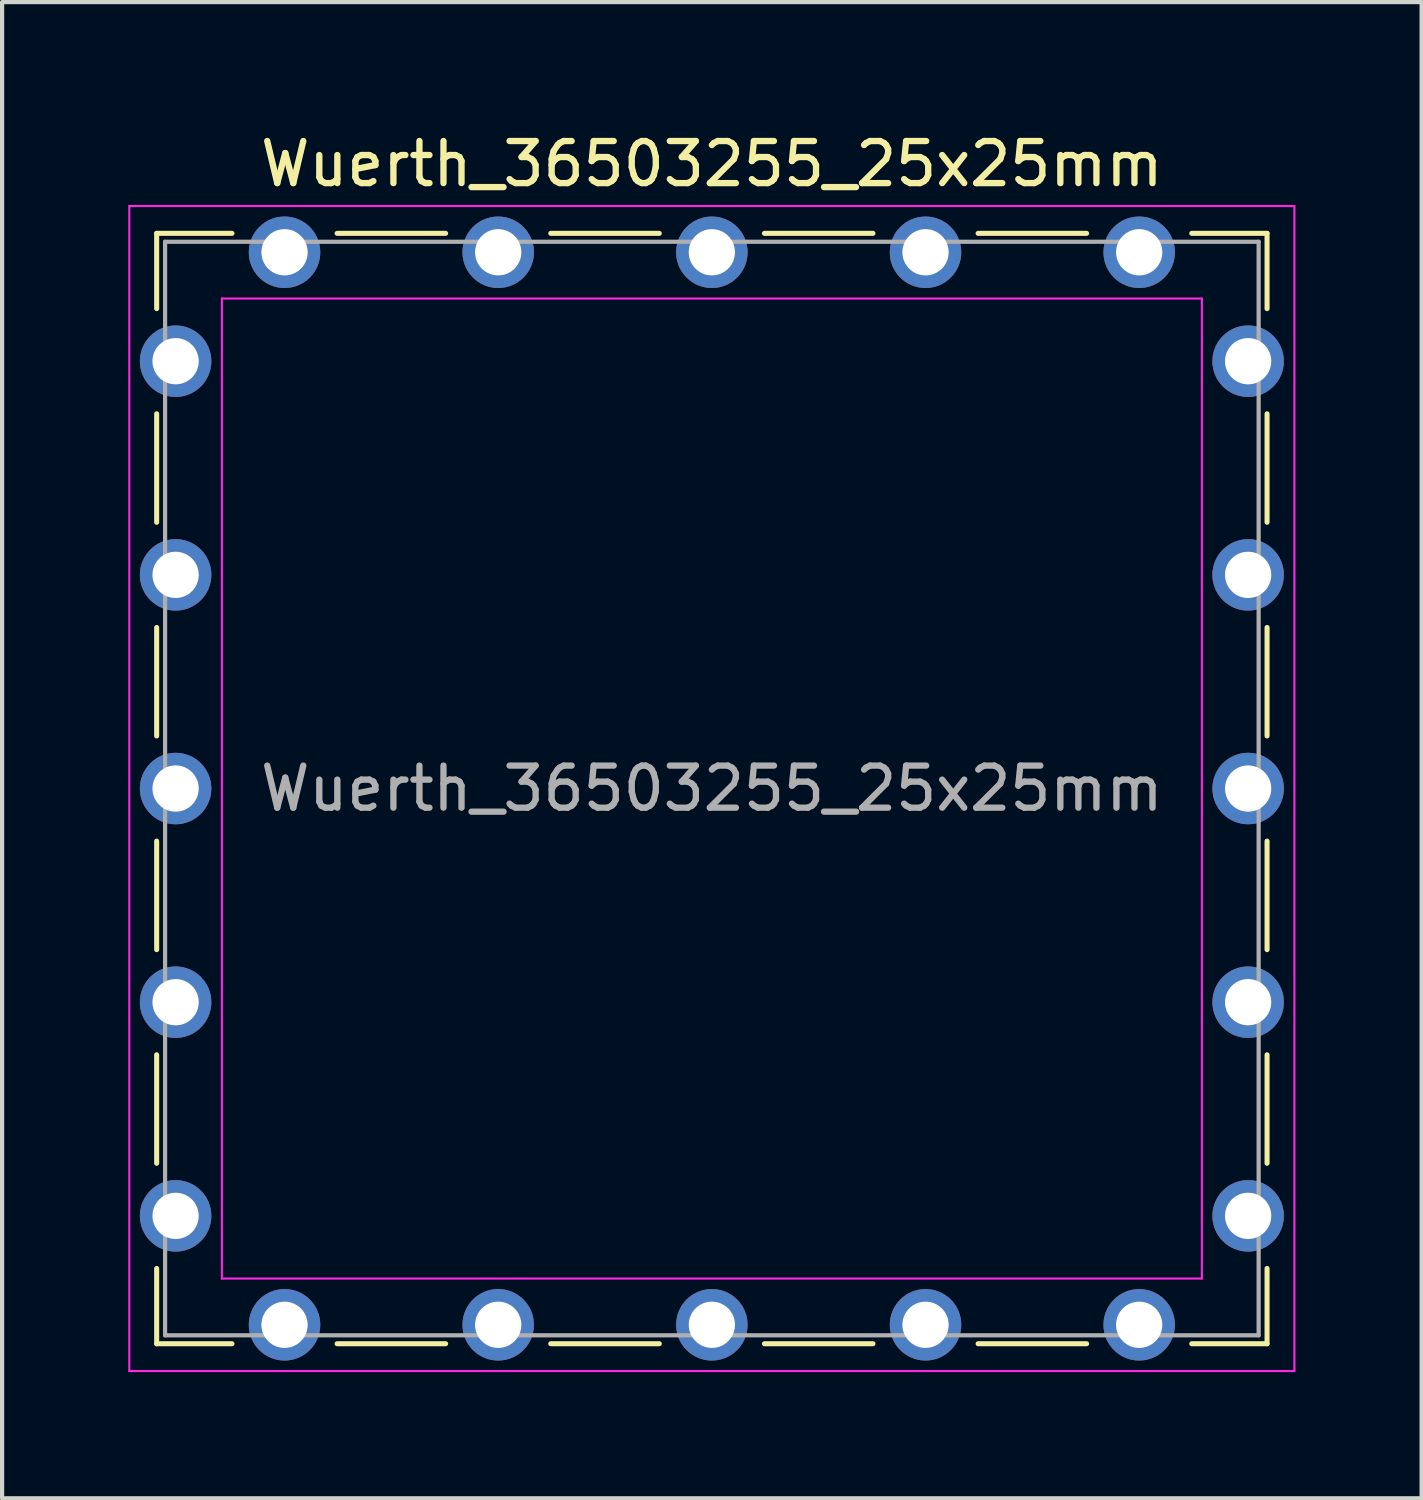
<source format=kicad_pcb>
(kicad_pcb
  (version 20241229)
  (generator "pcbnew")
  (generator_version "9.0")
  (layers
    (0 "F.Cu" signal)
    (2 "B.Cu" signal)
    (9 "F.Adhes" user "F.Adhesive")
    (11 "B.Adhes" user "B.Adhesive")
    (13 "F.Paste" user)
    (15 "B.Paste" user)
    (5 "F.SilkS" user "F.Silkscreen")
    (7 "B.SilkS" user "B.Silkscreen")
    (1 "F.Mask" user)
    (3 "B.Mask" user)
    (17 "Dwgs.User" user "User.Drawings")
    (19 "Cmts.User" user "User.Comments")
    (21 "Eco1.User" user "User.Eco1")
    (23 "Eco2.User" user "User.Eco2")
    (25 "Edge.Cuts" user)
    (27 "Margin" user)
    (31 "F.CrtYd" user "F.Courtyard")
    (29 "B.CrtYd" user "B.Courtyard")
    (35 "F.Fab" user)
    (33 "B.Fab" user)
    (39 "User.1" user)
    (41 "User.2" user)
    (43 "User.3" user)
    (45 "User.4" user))
  (footprint "Wuerth_36503255_25x25mm"
    (layer "F.Cu")
    (at 13.875 15.698)
    (property "Reference" "Wuerth_36503255_25x25mm" (at 0 -14.85 0) (layer "F.SilkS") (effects (font (size 1 1) (thickness 0.15))))
    (attr through_hole)
    (fp_line (start -13.2 -13.2) (end -11.41 -13.2) (stroke (width 0.12) (type solid)) (layer "F.SilkS"))
    (fp_line (start -13.2 -11.41) (end -13.2 -13.2) (stroke (width 0.12) (type solid)) (layer "F.SilkS"))
    (fp_line (start -13.2 -6.33) (end -13.2 -8.91) (stroke (width 0.12) (type solid)) (layer "F.SilkS"))
    (fp_line (start -13.2 -1.25) (end -13.2 -3.83) (stroke (width 0.12) (type solid)) (layer "F.SilkS"))
    (fp_line (start -13.2 1.25) (end -13.2 3.83) (stroke (width 0.12) (type solid)) (layer "F.SilkS"))
    (fp_line (start -13.2 6.33) (end -13.2 8.91) (stroke (width 0.12) (type solid)) (layer "F.SilkS"))
    (fp_line (start -13.2 11.41) (end -13.2 13.2) (stroke (width 0.12) (type solid)) (layer "F.SilkS"))
    (fp_line (start -13.2 13.2) (end -11.41 13.2) (stroke (width 0.12) (type solid)) (layer "F.SilkS"))
    (fp_line (start -6.33 -13.2) (end -8.91 -13.2) (stroke (width 0.12) (type solid)) (layer "F.SilkS"))
    (fp_line (start -6.33 13.2) (end -8.91 13.2) (stroke (width 0.12) (type solid)) (layer "F.SilkS"))
    (fp_line (start -1.25 -13.2) (end -3.83 -13.2) (stroke (width 0.12) (type solid)) (layer "F.SilkS"))
    (fp_line (start -1.25 13.2) (end -3.83 13.2) (stroke (width 0.12) (type solid)) (layer "F.SilkS"))
    (fp_line (start 1.25 -13.2) (end 3.83 -13.2) (stroke (width 0.12) (type solid)) (layer "F.SilkS"))
    (fp_line (start 1.25 13.2) (end 3.83 13.2) (stroke (width 0.12) (type solid)) (layer "F.SilkS"))
    (fp_line (start 6.33 -13.2) (end 8.91 -13.2) (stroke (width 0.12) (type solid)) (layer "F.SilkS"))
    (fp_line (start 6.33 13.2) (end 8.91 13.2) (stroke (width 0.12) (type solid)) (layer "F.SilkS"))
    (fp_line (start 13.2 -13.2) (end 11.41 -13.2) (stroke (width 0.12) (type solid)) (layer "F.SilkS"))
    (fp_line (start 13.2 -11.41) (end 13.2 -13.2) (stroke (width 0.12) (type solid)) (layer "F.SilkS"))
    (fp_line (start 13.2 -6.33) (end 13.2 -8.91) (stroke (width 0.12) (type solid)) (layer "F.SilkS"))
    (fp_line (start 13.2 -1.25) (end 13.2 -3.83) (stroke (width 0.12) (type solid)) (layer "F.SilkS"))
    (fp_line (start 13.2 1.25) (end 13.2 3.83) (stroke (width 0.12) (type solid)) (layer "F.SilkS"))
    (fp_line (start 13.2 6.33) (end 13.2 8.91) (stroke (width 0.12) (type solid)) (layer "F.SilkS"))
    (fp_line (start 13.2 11.41) (end 13.2 13.2) (stroke (width 0.12) (type solid)) (layer "F.SilkS"))
    (fp_line (start 13.2 13.2) (end 11.41 13.2) (stroke (width 0.12) (type solid)) (layer "F.SilkS"))
    (fp_line (start -13.85 -13.85) (end -13.85 13.85) (stroke (width 0.05) (type solid)) (layer "F.CrtYd"))
    (fp_line (start -13.85 13.85) (end 13.85 13.85) (stroke (width 0.05) (type solid)) (layer "F.CrtYd"))
    (fp_line (start -11.65 -11.65) (end -11.65 11.65) (stroke (width 0.05) (type solid)) (layer "F.CrtYd"))
    (fp_line (start -11.65 11.65) (end 11.65 11.65) (stroke (width 0.05) (type solid)) (layer "F.CrtYd"))
    (fp_line (start 11.65 -11.65) (end -11.65 -11.65) (stroke (width 0.05) (type solid)) (layer "F.CrtYd"))
    (fp_line (start 11.65 11.65) (end 11.65 -11.65) (stroke (width 0.05) (type solid)) (layer "F.CrtYd"))
    (fp_line (start 13.85 -13.85) (end -13.85 -13.85) (stroke (width 0.05) (type solid)) (layer "F.CrtYd"))
    (fp_line (start 13.85 13.85) (end 13.85 -13.85) (stroke (width 0.05) (type solid)) (layer "F.CrtYd"))
    (fp_line (start -13 -13) (end -13 13) (stroke (width 0.1) (type solid)) (layer "F.Fab"))
    (fp_line (start -13 13) (end 13 13) (stroke (width 0.1) (type solid)) (layer "F.Fab"))
    (fp_line (start 13 -13) (end -13 -13) (stroke (width 0.1) (type solid)) (layer "F.Fab"))
    (fp_line (start 13 13) (end 13 -13) (stroke (width 0.1) (type solid)) (layer "F.Fab"))
    (fp_text user "${REFERENCE}" (at 0 0 0) (layer "F.Fab") (effects (font (size 1 1) (thickness 0.15))))
    (pad "1" thru_hole circle (at -12.75 -10.16) (size 1.7 1.7) (drill 1.1) (layers "*.Cu" "*.Mask"))
    (pad "1" thru_hole circle (at -12.75 -5.08) (size 1.7 1.7) (drill 1.1) (layers "*.Cu" "*.Mask"))
    (pad "1" thru_hole circle (at -12.75 0) (size 1.7 1.7) (drill 1.1) (layers "*.Cu" "*.Mask"))
    (pad "1" thru_hole circle (at -12.75 5.08) (size 1.7 1.7) (drill 1.1) (layers "*.Cu" "*.Mask"))
    (pad "1" thru_hole circle (at -12.75 10.16) (size 1.7 1.7) (drill 1.1) (layers "*.Cu" "*.Mask"))
    (pad "1" thru_hole circle (at -10.16 -12.75) (size 1.7 1.7) (drill 1.1) (layers "*.Cu" "*.Mask"))
    (pad "1" thru_hole circle (at -10.16 12.75) (size 1.7 1.7) (drill 1.1) (layers "*.Cu" "*.Mask"))
    (pad "1" thru_hole circle (at -5.08 -12.75) (size 1.7 1.7) (drill 1.1) (layers "*.Cu" "*.Mask"))
    (pad "1" thru_hole circle (at -5.08 12.75) (size 1.7 1.7) (drill 1.1) (layers "*.Cu" "*.Mask"))
    (pad "1" thru_hole circle (at 0 -12.75) (size 1.7 1.7) (drill 1.1) (layers "*.Cu" "*.Mask"))
    (pad "1" thru_hole circle (at 0 12.75) (size 1.7 1.7) (drill 1.1) (layers "*.Cu" "*.Mask"))
    (pad "1" thru_hole circle (at 5.08 -12.75) (size 1.7 1.7) (drill 1.1) (layers "*.Cu" "*.Mask"))
    (pad "1" thru_hole circle (at 5.08 12.75) (size 1.7 1.7) (drill 1.1) (layers "*.Cu" "*.Mask"))
    (pad "1" thru_hole circle (at 10.16 -12.75) (size 1.7 1.7) (drill 1.1) (layers "*.Cu" "*.Mask"))
    (pad "1" thru_hole circle (at 10.16 12.75) (size 1.7 1.7) (drill 1.1) (layers "*.Cu" "*.Mask"))
    (pad "1" thru_hole circle (at 12.75 -10.16) (size 1.7 1.7) (drill 1.1) (layers "*.Cu" "*.Mask"))
    (pad "1" thru_hole circle (at 12.75 -5.08) (size 1.7 1.7) (drill 1.1) (layers "*.Cu" "*.Mask"))
    (pad "1" thru_hole circle (at 12.75 0) (size 1.7 1.7) (drill 1.1) (layers "*.Cu" "*.Mask"))
    (pad "1" thru_hole circle (at 12.75 5.08) (size 1.7 1.7) (drill 1.1) (layers "*.Cu" "*.Mask"))
    (pad "1" thru_hole circle (at 12.75 10.16) (size 1.7 1.7) (drill 1.1) (layers "*.Cu" "*.Mask")))
  (gr_rect
    (start -3 -3)
    (end 30.75 32.573)
    (stroke (width 0.1) (type default))
    (fill no)
    (layer "Edge.Cuts")))
</source>
